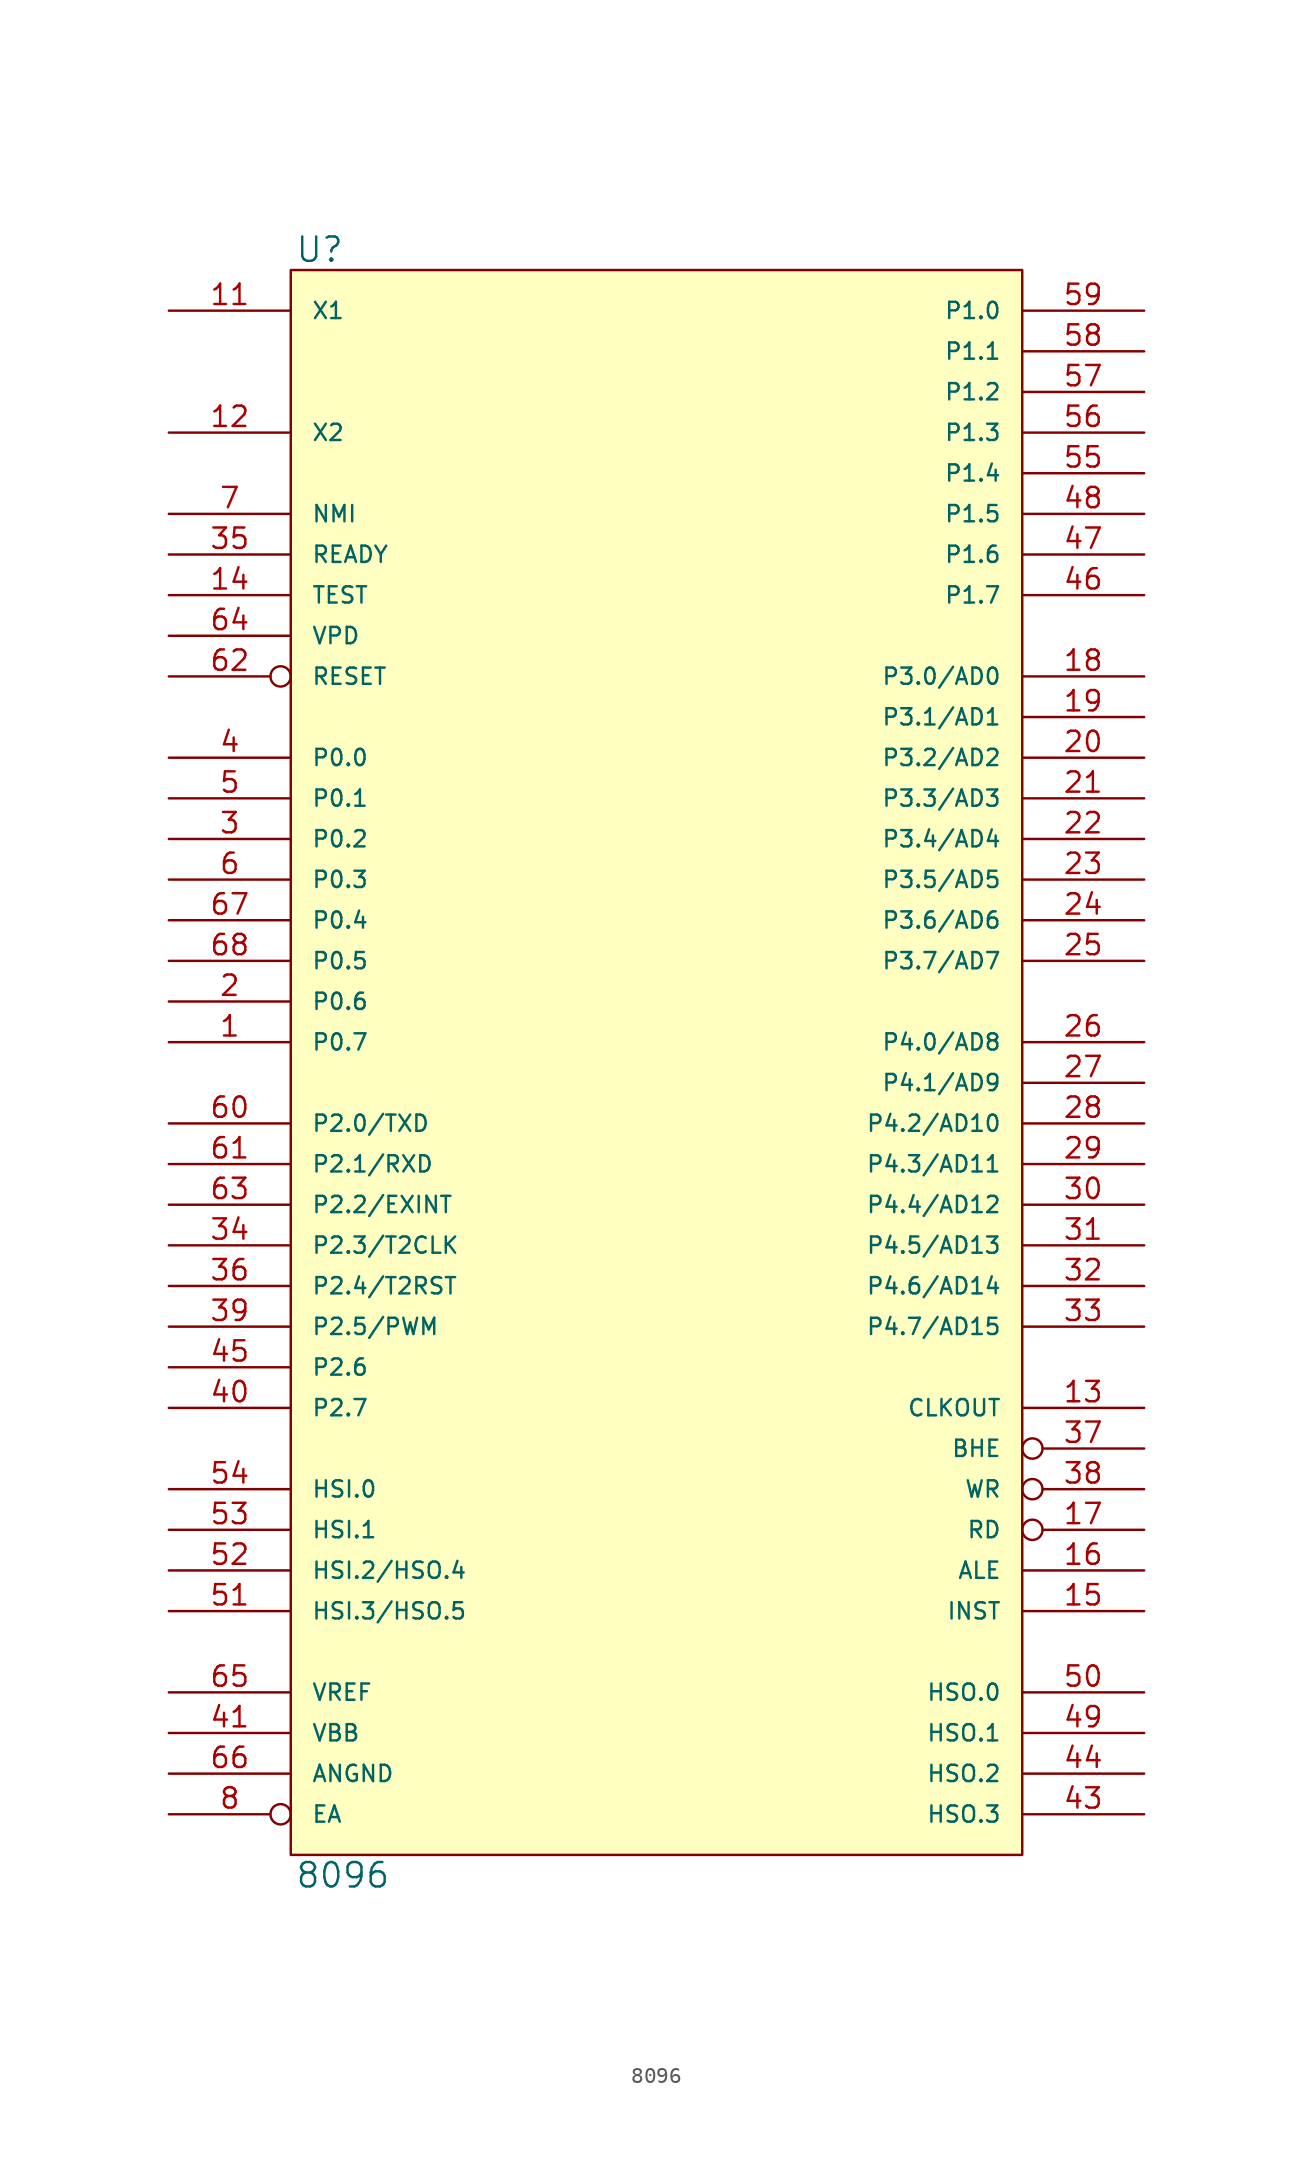
<source format=kicad_sym>
(kicad_symbol_lib
  (version 20231120)
  (generator "kicad_symbol_editor")
  (generator_version "8.0")
  (symbol "8096"
    (pin_names
      (offset 1.27))
    (property "Reference" "U"
      (at 0.254 0.381 0)
      (effects (font (size 1.524 1.524)) (justify left bottom)))
    (property "Value" "8096"
      (at 0.254 -99.441 0)
      (effects (font (size 1.524 1.524)) (justify left top)))
    (symbol "8096_0_1"
      (rectangle (start 0 0) (end 45.72 -99.06) (stroke (width 0) (type solid)) (fill (type background))))
    (symbol "8096_1_1"
      (pin input line (at -7.62 -48.26 0) (length 7.62) (name "P0.7" (effects (font (size 1.016 1.016)))) (number "1" (effects (font (size 1.27 1.27)))))
      (pin power_in line (at 0 -99.06 90) (length 0) hide (name "VSS" (effects (font (size 1.016 1.016)))) (number "10" (effects (font (size 1.27 1.27)))))
      (pin input line (at -7.62 -2.54 0) (length 7.62) (name "X1" (effects (font (size 1.016 1.016)))) (number "11" (effects (font (size 1.27 1.27)))))
      (pin input line (at -7.62 -10.16 0) (length 7.62) (name "X2" (effects (font (size 1.016 1.016)))) (number "12" (effects (font (size 1.27 1.27)))))
      (pin output line (at 53.34 -71.12 180) (length 7.62) (name "CLKOUT" (effects (font (size 1.016 1.016)))) (number "13" (effects (font (size 1.27 1.27)))))
      (pin input line (at -7.62 -20.32 0) (length 7.62) (name "TEST" (effects (font (size 1.016 1.016)))) (number "14" (effects (font (size 1.27 1.27)))))
      (pin output line (at 53.34 -83.82 180) (length 7.62) (name "INST" (effects (font (size 1.016 1.016)))) (number "15" (effects (font (size 1.27 1.27)))))
      (pin output line (at 53.34 -81.28 180) (length 7.62) (name "ALE" (effects (font (size 1.016 1.016)))) (number "16" (effects (font (size 1.27 1.27)))))
      (pin output inverted (at 53.34 -78.74 180) (length 7.62) (name "RD" (effects (font (size 1.016 1.016)))) (number "17" (effects (font (size 1.27 1.27)))))
      (pin bidirectional line (at 53.34 -25.4 180) (length 7.62) (name "P3.0/AD0" (effects (font (size 1.016 1.016)))) (number "18" (effects (font (size 1.27 1.27)))))
      (pin bidirectional line (at 53.34 -27.94 180) (length 7.62) (name "P3.1/AD1" (effects (font (size 1.016 1.016)))) (number "19" (effects (font (size 1.27 1.27)))))
      (pin input line (at -7.62 -45.72 0) (length 7.62) (name "P0.6" (effects (font (size 1.016 1.016)))) (number "2" (effects (font (size 1.27 1.27)))))
      (pin bidirectional line (at 53.34 -30.48 180) (length 7.62) (name "P3.2/AD2" (effects (font (size 1.016 1.016)))) (number "20" (effects (font (size 1.27 1.27)))))
      (pin bidirectional line (at 53.34 -33.02 180) (length 7.62) (name "P3.3/AD3" (effects (font (size 1.016 1.016)))) (number "21" (effects (font (size 1.27 1.27)))))
      (pin bidirectional line (at 53.34 -35.56 180) (length 7.62) (name "P3.4/AD4" (effects (font (size 1.016 1.016)))) (number "22" (effects (font (size 1.27 1.27)))))
      (pin bidirectional line (at 53.34 -38.1 180) (length 7.62) (name "P3.5/AD5" (effects (font (size 1.016 1.016)))) (number "23" (effects (font (size 1.27 1.27)))))
      (pin bidirectional line (at 53.34 -40.64 180) (length 7.62) (name "P3.6/AD6" (effects (font (size 1.016 1.016)))) (number "24" (effects (font (size 1.27 1.27)))))
      (pin bidirectional line (at 53.34 -43.18 180) (length 7.62) (name "P3.7/AD7" (effects (font (size 1.016 1.016)))) (number "25" (effects (font (size 1.27 1.27)))))
      (pin bidirectional line (at 53.34 -48.26 180) (length 7.62) (name "P4.0/AD8" (effects (font (size 1.016 1.016)))) (number "26" (effects (font (size 1.27 1.27)))))
      (pin bidirectional line (at 53.34 -50.8 180) (length 7.62) (name "P4.1/AD9" (effects (font (size 1.016 1.016)))) (number "27" (effects (font (size 1.27 1.27)))))
      (pin bidirectional line (at 53.34 -53.34 180) (length 7.62) (name "P4.2/AD10" (effects (font (size 1.016 1.016)))) (number "28" (effects (font (size 1.27 1.27)))))
      (pin bidirectional line (at 53.34 -55.88 180) (length 7.62) (name "P4.3/AD11" (effects (font (size 1.016 1.016)))) (number "29" (effects (font (size 1.27 1.27)))))
      (pin input line (at -7.62 -35.56 0) (length 7.62) (name "P0.2" (effects (font (size 1.016 1.016)))) (number "3" (effects (font (size 1.27 1.27)))))
      (pin bidirectional line (at 53.34 -58.42 180) (length 7.62) (name "P4.4/AD12" (effects (font (size 1.016 1.016)))) (number "30" (effects (font (size 1.27 1.27)))))
      (pin bidirectional line (at 53.34 -60.96 180) (length 7.62) (name "P4.5/AD13" (effects (font (size 1.016 1.016)))) (number "31" (effects (font (size 1.27 1.27)))))
      (pin bidirectional line (at 53.34 -63.5 180) (length 7.62) (name "P4.6/AD14" (effects (font (size 1.016 1.016)))) (number "32" (effects (font (size 1.27 1.27)))))
      (pin bidirectional line (at 53.34 -66.04 180) (length 7.62) (name "P4.7/AD15" (effects (font (size 1.016 1.016)))) (number "33" (effects (font (size 1.27 1.27)))))
      (pin input line (at -7.62 -60.96 0) (length 7.62) (name "P2.3/T2CLK" (effects (font (size 1.016 1.016)))) (number "34" (effects (font (size 1.27 1.27)))))
      (pin input line (at -7.62 -17.78 0) (length 7.62) (name "READY" (effects (font (size 1.016 1.016)))) (number "35" (effects (font (size 1.27 1.27)))))
      (pin input line (at -7.62 -63.5 0) (length 7.62) (name "P2.4/T2RST" (effects (font (size 1.016 1.016)))) (number "36" (effects (font (size 1.27 1.27)))))
      (pin output inverted (at 53.34 -73.66 180) (length 7.62) (name "BHE" (effects (font (size 1.016 1.016)))) (number "37" (effects (font (size 1.27 1.27)))))
      (pin output inverted (at 53.34 -76.2 180) (length 7.62) (name "WR" (effects (font (size 1.016 1.016)))) (number "38" (effects (font (size 1.27 1.27)))))
      (pin output line (at -7.62 -66.04 0) (length 7.62) (name "P2.5/PWM" (effects (font (size 1.016 1.016)))) (number "39" (effects (font (size 1.27 1.27)))))
      (pin input line (at -7.62 -30.48 0) (length 7.62) (name "P0.0" (effects (font (size 1.016 1.016)))) (number "4" (effects (font (size 1.27 1.27)))))
      (pin bidirectional line (at -7.62 -71.12 0) (length 7.62) (name "P2.7" (effects (font (size 1.016 1.016)))) (number "40" (effects (font (size 1.27 1.27)))))
      (pin input line (at -7.62 -91.44 0) (length 7.62) (name "VBB" (effects (font (size 1.016 1.016)))) (number "41" (effects (font (size 1.27 1.27)))))
      (pin power_in line (at 10.16 -99.06 90) (length 0) hide (name "VSS" (effects (font (size 1.016 1.016)))) (number "42" (effects (font (size 1.27 1.27)))))
      (pin output line (at 53.34 -96.52 180) (length 7.62) (name "HSO.3" (effects (font (size 1.016 1.016)))) (number "43" (effects (font (size 1.27 1.27)))))
      (pin output line (at 53.34 -93.98 180) (length 7.62) (name "HSO.2" (effects (font (size 1.016 1.016)))) (number "44" (effects (font (size 1.27 1.27)))))
      (pin bidirectional line (at -7.62 -68.58 0) (length 7.62) (name "P2.6" (effects (font (size 1.016 1.016)))) (number "45" (effects (font (size 1.27 1.27)))))
      (pin bidirectional line (at 53.34 -20.32 180) (length 7.62) (name "P1.7" (effects (font (size 1.016 1.016)))) (number "46" (effects (font (size 1.27 1.27)))))
      (pin bidirectional line (at 53.34 -17.78 180) (length 7.62) (name "P1.6" (effects (font (size 1.016 1.016)))) (number "47" (effects (font (size 1.27 1.27)))))
      (pin bidirectional line (at 53.34 -15.24 180) (length 7.62) (name "P1.5" (effects (font (size 1.016 1.016)))) (number "48" (effects (font (size 1.27 1.27)))))
      (pin output line (at 53.34 -91.44 180) (length 7.62) (name "HSO.1" (effects (font (size 1.016 1.016)))) (number "49" (effects (font (size 1.27 1.27)))))
      (pin input line (at -7.62 -33.02 0) (length 7.62) (name "P0.1" (effects (font (size 1.016 1.016)))) (number "5" (effects (font (size 1.27 1.27)))))
      (pin output line (at 53.34 -88.9 180) (length 7.62) (name "HSO.0" (effects (font (size 1.016 1.016)))) (number "50" (effects (font (size 1.27 1.27)))))
      (pin bidirectional line (at -7.62 -83.82 0) (length 7.62) (name "HSI.3/HSO.5" (effects (font (size 1.016 1.016)))) (number "51" (effects (font (size 1.27 1.27)))))
      (pin bidirectional line (at -7.62 -81.28 0) (length 7.62) (name "HSI.2/HSO.4" (effects (font (size 1.016 1.016)))) (number "52" (effects (font (size 1.27 1.27)))))
      (pin input line (at -7.62 -78.74 0) (length 7.62) (name "HSI.1" (effects (font (size 1.016 1.016)))) (number "53" (effects (font (size 1.27 1.27)))))
      (pin input line (at -7.62 -76.2 0) (length 7.62) (name "HSI.0" (effects (font (size 1.016 1.016)))) (number "54" (effects (font (size 1.27 1.27)))))
      (pin bidirectional line (at 53.34 -12.7 180) (length 7.62) (name "P1.4" (effects (font (size 1.016 1.016)))) (number "55" (effects (font (size 1.27 1.27)))))
      (pin bidirectional line (at 53.34 -10.16 180) (length 7.62) (name "P1.3" (effects (font (size 1.016 1.016)))) (number "56" (effects (font (size 1.27 1.27)))))
      (pin bidirectional line (at 53.34 -7.62 180) (length 7.62) (name "P1.2" (effects (font (size 1.016 1.016)))) (number "57" (effects (font (size 1.27 1.27)))))
      (pin bidirectional line (at 53.34 -5.08 180) (length 7.62) (name "P1.1" (effects (font (size 1.016 1.016)))) (number "58" (effects (font (size 1.27 1.27)))))
      (pin bidirectional line (at 53.34 -2.54 180) (length 7.62) (name "P1.0" (effects (font (size 1.016 1.016)))) (number "59" (effects (font (size 1.27 1.27)))))
      (pin input line (at -7.62 -38.1 0) (length 7.62) (name "P0.3" (effects (font (size 1.016 1.016)))) (number "6" (effects (font (size 1.27 1.27)))))
      (pin output line (at -7.62 -53.34 0) (length 7.62) (name "P2.0/TXD" (effects (font (size 1.016 1.016)))) (number "60" (effects (font (size 1.27 1.27)))))
      (pin input line (at -7.62 -55.88 0) (length 7.62) (name "P2.1/RXD" (effects (font (size 1.016 1.016)))) (number "61" (effects (font (size 1.27 1.27)))))
      (pin input inverted (at -7.62 -25.4 0) (length 7.62) (name "RESET" (effects (font (size 1.016 1.016)))) (number "62" (effects (font (size 1.27 1.27)))))
      (pin input line (at -7.62 -58.42 0) (length 7.62) (name "P2.2/EXINT" (effects (font (size 1.016 1.016)))) (number "63" (effects (font (size 1.27 1.27)))))
      (pin input line (at -7.62 -22.86 0) (length 7.62) (name "VPD" (effects (font (size 1.016 1.016)))) (number "64" (effects (font (size 1.27 1.27)))))
      (pin input line (at -7.62 -88.9 0) (length 7.62) (name "VREF" (effects (font (size 1.016 1.016)))) (number "65" (effects (font (size 1.27 1.27)))))
      (pin input line (at -7.62 -93.98 0) (length 7.62) (name "ANGND" (effects (font (size 1.016 1.016)))) (number "66" (effects (font (size 1.27 1.27)))))
      (pin input line (at -7.62 -40.64 0) (length 7.62) (name "P0.4" (effects (font (size 1.016 1.016)))) (number "67" (effects (font (size 1.27 1.27)))))
      (pin input line (at -7.62 -43.18 0) (length 7.62) (name "P0.5" (effects (font (size 1.016 1.016)))) (number "68" (effects (font (size 1.27 1.27)))))
      (pin input line (at -7.62 -15.24 0) (length 7.62) (name "NMI" (effects (font (size 1.016 1.016)))) (number "7" (effects (font (size 1.27 1.27)))))
      (pin input inverted (at -7.62 -96.52 0) (length 7.62) (name "EA" (effects (font (size 1.016 1.016)))) (number "8" (effects (font (size 1.27 1.27)))))
      (pin power_in line (at 0 0 270) (length 0) hide (name "VCC" (effects (font (size 1.016 1.016)))) (number "9" (effects (font (size 1.27 1.27))))))))
</source>
